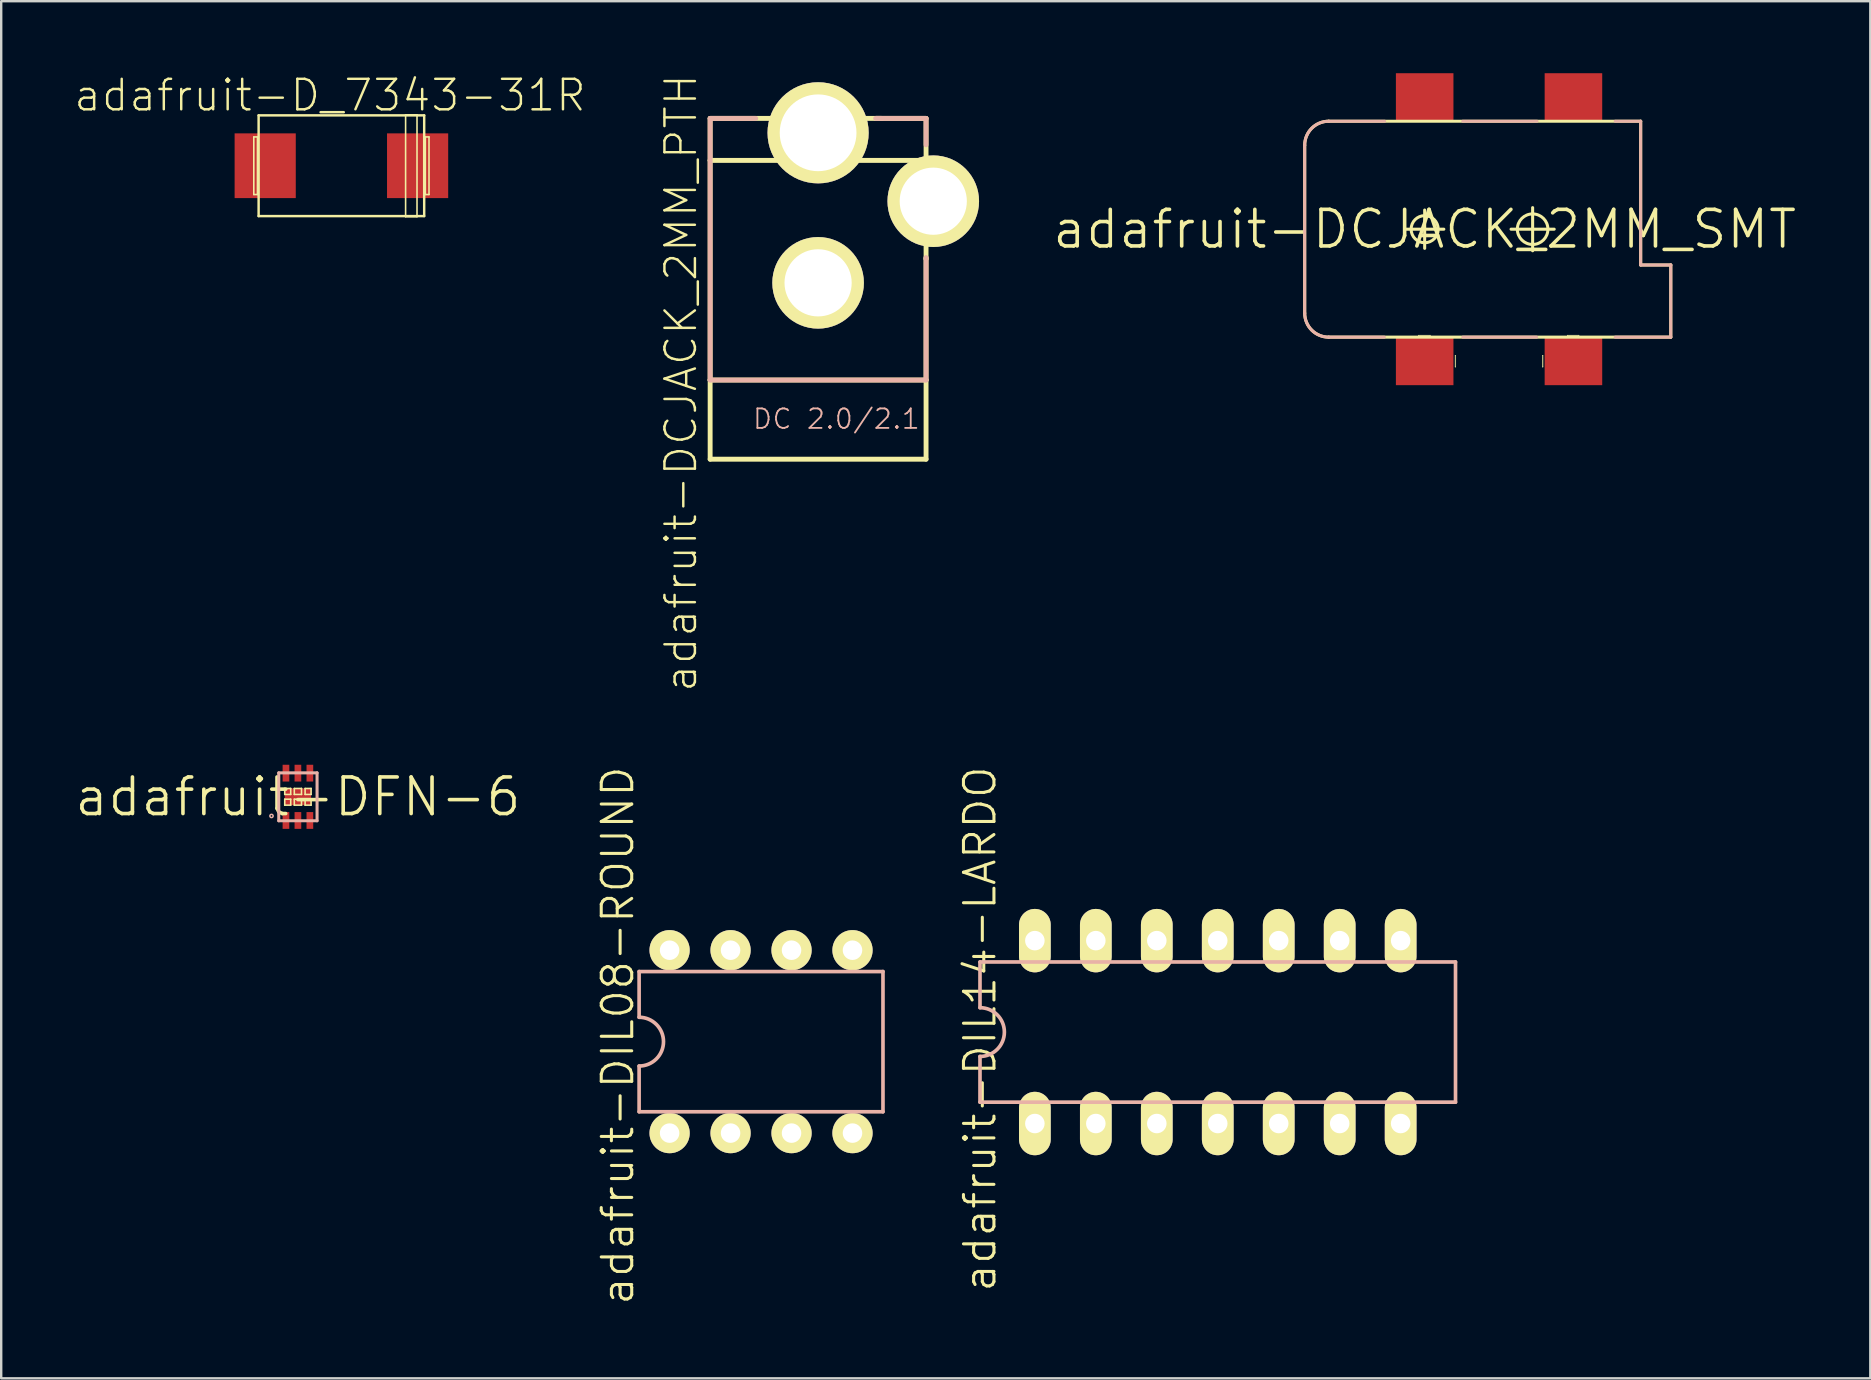
<source format=kicad_pcb>
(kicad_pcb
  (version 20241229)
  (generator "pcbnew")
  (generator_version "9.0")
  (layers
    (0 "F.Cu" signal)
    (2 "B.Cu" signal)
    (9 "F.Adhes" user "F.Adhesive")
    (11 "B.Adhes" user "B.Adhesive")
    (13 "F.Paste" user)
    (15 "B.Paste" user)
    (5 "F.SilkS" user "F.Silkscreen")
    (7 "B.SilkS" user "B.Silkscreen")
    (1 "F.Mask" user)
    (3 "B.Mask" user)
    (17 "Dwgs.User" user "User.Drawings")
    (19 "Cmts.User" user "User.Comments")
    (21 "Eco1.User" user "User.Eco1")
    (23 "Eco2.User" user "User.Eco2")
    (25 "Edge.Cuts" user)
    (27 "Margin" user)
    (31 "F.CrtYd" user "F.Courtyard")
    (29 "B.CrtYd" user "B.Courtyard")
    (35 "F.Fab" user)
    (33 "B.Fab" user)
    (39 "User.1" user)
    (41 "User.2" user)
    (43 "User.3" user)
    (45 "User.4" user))
  (footprint "adafruit-DIL08-ROUND"
    (layer "F.Cu")
    (at 28.658 40.349)
    (property "Reference" "adafruit-DIL08-ROUND" (at -5.969 -0.254 90) (layer "F.SilkS") (effects (font (size 1.27 1.27) (thickness 0.127))))
    (attr exclude_from_pos_files exclude_from_bom)
    (fp_line (start -5.08 -2.921) (end -5.08 -1.016) (stroke (width 0.152) (type solid)) (layer "B.SilkS"))
    (fp_line (start -5.08 2.921) (end -5.08 1.016) (stroke (width 0.152) (type solid)) (layer "B.SilkS"))
    (fp_line (start -5.08 2.921) (end 5.08 2.921) (stroke (width 0.152) (type solid)) (layer "B.SilkS"))
    (fp_line (start 5.08 -2.921) (end -5.08 -2.921) (stroke (width 0.152) (type solid)) (layer "B.SilkS"))
    (fp_line (start 5.08 -2.921) (end 5.08 2.921) (stroke (width 0.152) (type solid)) (layer "B.SilkS"))
    (fp_arc (start -5.08 -1.016) (mid -4.064 0) (end -5.08 1.016) (stroke (width 0.1524) (type solid)) (layer "B.SilkS"))
    (pad "1" thru_hole circle (at -3.81 3.81) (size 1.676 1.676) (drill 0.813) (layers "*.Cu" "F.Mask" "F.SilkS" "F.Paste"))
    (pad "2" thru_hole circle (at -1.27 3.81) (size 1.676 1.676) (drill 0.813) (layers "*.Cu" "F.Mask" "F.SilkS" "F.Paste"))
    (pad "3" thru_hole circle (at 1.27 3.81) (size 1.676 1.676) (drill 0.813) (layers "*.Cu" "F.Mask" "F.SilkS" "F.Paste"))
    (pad "4" thru_hole circle (at 3.81 3.81) (size 1.676 1.676) (drill 0.813) (layers "*.Cu" "F.Mask" "F.SilkS" "F.Paste"))
    (pad "5" thru_hole circle (at 3.81 -3.81) (size 1.676 1.676) (drill 0.813) (layers "*.Cu" "F.Mask" "F.SilkS" "F.Paste"))
    (pad "6" thru_hole circle (at 1.27 -3.81) (size 1.676 1.676) (drill 0.813) (layers "*.Cu" "F.Mask" "F.SilkS" "F.Paste"))
    (pad "7" thru_hole circle (at -1.27 -3.81) (size 1.676 1.676) (drill 0.813) (layers "*.Cu" "F.Mask" "F.SilkS" "F.Paste"))
    (pad "8" thru_hole circle (at -3.81 -3.81) (size 1.676 1.676) (drill 0.813) (layers "*.Cu" "F.Mask" "F.SilkS" "F.Paste")))
  (footprint "adafruit-D_7343-31R"
    (layer "F.Cu")
    (at 11.174 3.855)
    (property "Reference" "adafruit-D_7343-31R" (at -0.475 -2.934 0) (layer "F.SilkS") (effects (font (size 1.27 1.27) (thickness 0.102))))
    (attr smd)
    (fp_line (start -3.65 -1.199) (end -3.498 -1.199) (stroke (width 0.066) (type solid)) (layer "F.SilkS"))
    (fp_line (start -3.65 1.199) (end -3.65 -1.199) (stroke (width 0.066) (type solid)) (layer "F.SilkS"))
    (fp_line (start -3.65 1.199) (end -3.498 1.199) (stroke (width 0.066) (type solid)) (layer "F.SilkS"))
    (fp_line (start -3.498 1.199) (end -3.498 -1.199) (stroke (width 0.066) (type solid)) (layer "F.SilkS"))
    (fp_line (start -3.449 -2.098) (end 3.449 -2.098) (stroke (width 0.102) (type solid)) (layer "F.SilkS"))
    (fp_line (start -3.449 2.098) (end -3.449 -2.098) (stroke (width 0.102) (type solid)) (layer "F.SilkS"))
    (fp_line (start 2.675 -2.123) (end 3.15 -2.123) (stroke (width 0.066) (type solid)) (layer "F.SilkS"))
    (fp_line (start 2.675 2.123) (end 2.675 -2.123) (stroke (width 0.066) (type solid)) (layer "F.SilkS"))
    (fp_line (start 2.675 2.123) (end 3.15 2.123) (stroke (width 0.066) (type solid)) (layer "F.SilkS"))
    (fp_line (start 3.15 2.123) (end 3.15 -2.123) (stroke (width 0.066) (type solid)) (layer "F.SilkS"))
    (fp_line (start 3.449 -2.098) (end 3.449 2.098) (stroke (width 0.102) (type solid)) (layer "F.SilkS"))
    (fp_line (start 3.449 2.098) (end -3.449 2.098) (stroke (width 0.102) (type solid)) (layer "F.SilkS"))
    (fp_line (start 3.498 -1.199) (end 3.65 -1.199) (stroke (width 0.066) (type solid)) (layer "F.SilkS"))
    (fp_line (start 3.498 1.199) (end 3.498 -1.199) (stroke (width 0.066) (type solid)) (layer "F.SilkS"))
    (fp_line (start 3.498 1.199) (end 3.65 1.199) (stroke (width 0.066) (type solid)) (layer "F.SilkS"))
    (fp_line (start 3.65 1.199) (end 3.65 -1.199) (stroke (width 0.066) (type solid)) (layer "F.SilkS"))
    (pad "+" smd rect (at 3.175 0) (size 2.548 2.697) (layers "F.Cu" "F.Mask" "F.Paste"))
    (pad "-" smd rect (at -3.175 0) (size 2.548 2.697) (layers "F.Cu" "F.Mask" "F.Paste")))
  (footprint "adafruit-DCJACK_2MM_PTH"
    (layer "F.Cu")
    (at 31.035 16.082)
    (property "Reference" "adafruit-DCJACK_2MM_PTH" (at -5.715 -3.175 90) (layer "F.SilkS") (effects (font (size 1.27 1.27) (thickness 0.102))))
    (attr exclude_from_pos_files exclude_from_bom)
    (fp_line (start -4.498 -14.199) (end 2.649 -14.199) (stroke (width 0.203) (type solid)) (layer "F.SilkS"))
    (fp_line (start -4.498 -12.449) (end -4.498 -14.199) (stroke (width 0.203) (type solid)) (layer "F.SilkS"))
    (fp_line (start -4.498 -12.449) (end 4.399 -12.449) (stroke (width 0.203) (type solid)) (layer "F.SilkS"))
    (fp_line (start -4.498 -3.299) (end -4.498 -12.449) (stroke (width 0.203) (type solid)) (layer "F.SilkS"))
    (fp_line (start -4.498 -3.299) (end -4.498 0) (stroke (width 0.203) (type solid)) (layer "F.SilkS"))
    (fp_line (start -4.498 -3.299) (end 4.498 -3.299) (stroke (width 0.203) (type solid)) (layer "F.SilkS"))
    (fp_line (start 2.649 -14.199) (end 2.398 -14.199) (stroke (width 0.203) (type solid)) (layer "F.SilkS"))
    (fp_line (start 4.498 -14.199) (end 2.649 -14.199) (stroke (width 0.203) (type solid)) (layer "F.SilkS"))
    (fp_line (start 4.498 -14.199) (end 4.498 -8.349) (stroke (width 0.203) (type solid)) (layer "F.SilkS"))
    (fp_line (start 4.498 -8.349) (end 4.498 -8.4) (stroke (width 0.203) (type solid)) (layer "F.SilkS"))
    (fp_line (start 4.498 -3.299) (end 4.498 -8.349) (stroke (width 0.203) (type solid)) (layer "F.SilkS"))
    (fp_line (start 4.498 0) (end -4.498 0) (stroke (width 0.203) (type solid)) (layer "F.SilkS"))
    (fp_line (start 4.498 0) (end 4.498 -3.299) (stroke (width 0.203) (type solid)) (layer "F.SilkS"))
    (fp_line (start -4.498 -14.199) (end -2.598 -14.199) (stroke (width 0.203) (type solid)) (layer "B.SilkS"))
    (fp_line (start -4.498 -3.299) (end -4.498 -14.199) (stroke (width 0.203) (type solid)) (layer "B.SilkS"))
    (fp_line (start -4.498 -3.299) (end 4.498 -3.299) (stroke (width 0.203) (type solid)) (layer "B.SilkS"))
    (fp_line (start 4.498 -14.199) (end 2.398 -14.199) (stroke (width 0.203) (type solid)) (layer "B.SilkS"))
    (fp_line (start 4.498 -14.199) (end 4.498 -13.099) (stroke (width 0.203) (type solid)) (layer "B.SilkS"))
    (fp_line (start 4.498 -3.299) (end 4.498 -8.4) (stroke (width 0.203) (type solid)) (layer "B.SilkS"))
    (fp_text user "DC 2.0/2.1" (at 0.762 -1.676 0) (layer "B.SilkS") (effects (font (size 0.813 0.813) (thickness 0.076))))
    (pad "GND" thru_hole circle (at 0 -7.348) (size 3.815 3.815) (drill 2.799) (layers "*.Cu" "F.Mask" "F.SilkS" "F.Paste"))
    (pad "GNDB" thru_hole circle (at 4.798 -10.749) (size 3.815 3.815) (drill 2.799) (layers "*.Cu" "F.Mask" "F.SilkS" "F.Paste"))
    (pad "PWR" thru_hole circle (at 0 -13.599) (size 4.214 4.214) (drill 3.198) (layers "*.Cu" "F.Mask" "F.SilkS" "F.Paste")))
  (footprint "adafruit-DCJACK_2MM_SMT"
    (layer "F.Cu")
    (at 56.307 6.499)
    (property "Reference" "adafruit-DCJACK_2MM_SMT" (at 0 0 0) (layer "F.SilkS") (effects (font (size 1.524 1.524) (thickness 0.15))))
    (attr smd)
    (fp_line (start -4.999 -3.498) (end -4.999 3.498) (stroke (width 0.127) (type solid)) (layer "F.SilkS"))
    (fp_line (start -3.998 4.498) (end 10.254 4.498) (stroke (width 0.127) (type solid)) (layer "F.SilkS"))
    (fp_line (start -0.798 0) (end 0.798 0) (stroke (width 0.127) (type solid)) (layer "F.SilkS"))
    (fp_line (start -0.254 4.417) (end 0.229 4.417) (stroke (width 0.025) (type solid)) (layer "F.SilkS"))
    (fp_line (start -0.254 4.445) (end -0.254 4.417) (stroke (width 0.025) (type solid)) (layer "F.SilkS"))
    (fp_line (start 0 0.798) (end 0 -0.798) (stroke (width 0.127) (type solid)) (layer "F.SilkS"))
    (fp_line (start 0.229 4.417) (end 0.229 4.445) (stroke (width 0.025) (type solid)) (layer "F.SilkS"))
    (fp_line (start 0.229 4.445) (end -0.254 4.445) (stroke (width 0.025) (type solid)) (layer "F.SilkS"))
    (fp_line (start 1.27 5.258) (end 1.293 5.258) (stroke (width 0.025) (type solid)) (layer "F.SilkS"))
    (fp_line (start 1.27 5.74) (end 1.27 5.258) (stroke (width 0.025) (type solid)) (layer "F.SilkS"))
    (fp_line (start 1.293 5.258) (end 1.293 5.74) (stroke (width 0.025) (type solid)) (layer "F.SilkS"))
    (fp_line (start 1.293 5.74) (end 1.27 5.74) (stroke (width 0.025) (type solid)) (layer "F.SilkS"))
    (fp_line (start 3.599 0) (end 5.397 0) (stroke (width 0.127) (type solid)) (layer "F.SilkS"))
    (fp_line (start 4.498 0.899) (end 4.498 -0.899) (stroke (width 0.127) (type solid)) (layer "F.SilkS"))
    (fp_line (start 4.902 5.258) (end 4.928 5.258) (stroke (width 0.025) (type solid)) (layer "F.SilkS"))
    (fp_line (start 4.902 5.74) (end 4.902 5.258) (stroke (width 0.025) (type solid)) (layer "F.SilkS"))
    (fp_line (start 4.928 5.258) (end 4.928 5.74) (stroke (width 0.025) (type solid)) (layer "F.SilkS"))
    (fp_line (start 4.928 5.74) (end 4.902 5.74) (stroke (width 0.025) (type solid)) (layer "F.SilkS"))
    (fp_line (start 5.944 4.417) (end 6.426 4.417) (stroke (width 0.025) (type solid)) (layer "F.SilkS"))
    (fp_line (start 5.944 4.445) (end 5.944 4.417) (stroke (width 0.025) (type solid)) (layer "F.SilkS"))
    (fp_line (start 6.426 4.417) (end 6.426 4.445) (stroke (width 0.025) (type solid)) (layer "F.SilkS"))
    (fp_line (start 6.426 4.445) (end 5.944 4.445) (stroke (width 0.025) (type solid)) (layer "F.SilkS"))
    (fp_line (start 8.999 -4.498) (end -3.998 -4.498) (stroke (width 0.127) (type solid)) (layer "F.SilkS"))
    (fp_line (start 8.999 1.491) (end 8.999 -4.498) (stroke (width 0.127) (type solid)) (layer "F.SilkS"))
    (fp_line (start 10.254 1.491) (end 8.999 1.491) (stroke (width 0.127) (type solid)) (layer "F.SilkS"))
    (fp_line (start 10.254 4.498) (end 10.254 1.491) (stroke (width 0.127) (type solid)) (layer "F.SilkS"))
    (fp_arc (start -4.99872 -3.49758) (mid -4.705604 -4.205224) (end -3.99796 -4.49834) (stroke (width 0.127) (type solid)) (layer "F.SilkS"))
    (fp_arc (start -3.99796 4.49834) (mid -4.705604 4.205224) (end -4.99872 3.49758) (stroke (width 0.127) (type solid)) (layer "F.SilkS"))
    (fp_circle (center 0 0) (end -0.399 0.399) (stroke (width 0.127) (type solid)) (fill no) (layer "F.SilkS"))
    (fp_circle (center 4.498 0) (end 4.948 0.45) (stroke (width 0.127) (type solid)) (fill no) (layer "F.SilkS"))
    (fp_line (start -4.999 -3.498) (end -4.999 3.498) (stroke (width 0.127) (type solid)) (layer "B.SilkS"))
    (fp_line (start -3.998 4.498) (end -1.681 4.498) (stroke (width 0.127) (type solid)) (layer "B.SilkS"))
    (fp_line (start -1.666 -4.498) (end -3.998 -4.498) (stroke (width 0.127) (type solid)) (layer "B.SilkS"))
    (fp_line (start 1.587 4.498) (end 4.666 4.498) (stroke (width 0.127) (type solid)) (layer "B.SilkS"))
    (fp_line (start 4.681 -4.498) (end 1.587 -4.498) (stroke (width 0.127) (type solid)) (layer "B.SilkS"))
    (fp_line (start 7.938 4.498) (end 10.254 4.498) (stroke (width 0.127) (type solid)) (layer "B.SilkS"))
    (fp_line (start 8.999 -4.498) (end 7.938 -4.498) (stroke (width 0.127) (type solid)) (layer "B.SilkS"))
    (fp_line (start 8.999 1.491) (end 8.999 -4.498) (stroke (width 0.127) (type solid)) (layer "B.SilkS"))
    (fp_line (start 10.254 1.491) (end 8.999 1.491) (stroke (width 0.127) (type solid)) (layer "B.SilkS"))
    (fp_line (start 10.254 4.498) (end 10.254 1.491) (stroke (width 0.127) (type solid)) (layer "B.SilkS"))
    (fp_arc (start -4.99872 -3.49758) (mid -4.705604 -4.205224) (end -3.99796 -4.49834) (stroke (width 0.127) (type solid)) (layer "B.SilkS"))
    (fp_arc (start -3.99796 4.49834) (mid -4.705604 4.205224) (end -4.99872 3.49758) (stroke (width 0.127) (type solid)) (layer "B.SilkS"))
    (pad "GND" smd rect (at 0 5.499) (size 2.398 1.999) (layers "F.Cu" "F.Mask" "F.Paste"))
    (pad "GNDB" smd rect (at 6.198 5.499) (size 2.398 1.999) (layers "F.Cu" "F.Mask" "F.Paste"))
    (pad "PWR1" smd rect (at 0 -5.499) (size 2.398 1.999) (layers "F.Cu" "F.Mask" "F.Paste"))
    (pad "PWR2" smd rect (at 6.198 -5.499) (size 2.398 1.999) (layers "F.Cu" "F.Mask" "F.Paste")))
  (footprint "adafruit-DFN-6"
    (layer "F.Cu")
    (at 9.362 30.148)
    (property "Reference" "adafruit-DFN-6" (at 0 0 0) (layer "F.SilkS") (effects (font (size 1.524 1.524) (thickness 0.15))))
    (attr smd)
    (fp_line (start -0.549 -0.348) (end -0.3 -0.348) (stroke (width 0.066) (type solid)) (layer "F.SilkS"))
    (fp_line (start -0.549 -0.099) (end -0.549 -0.348) (stroke (width 0.066) (type solid)) (layer "F.SilkS"))
    (fp_line (start -0.549 -0.099) (end -0.3 -0.099) (stroke (width 0.066) (type solid)) (layer "F.SilkS"))
    (fp_line (start -0.549 0.099) (end -0.3 0.099) (stroke (width 0.066) (type solid)) (layer "F.SilkS"))
    (fp_line (start -0.549 0.348) (end -0.549 0.099) (stroke (width 0.066) (type solid)) (layer "F.SilkS"))
    (fp_line (start -0.549 0.348) (end -0.3 0.348) (stroke (width 0.066) (type solid)) (layer "F.SilkS"))
    (fp_line (start -0.3 -0.099) (end -0.3 -0.348) (stroke (width 0.066) (type solid)) (layer "F.SilkS"))
    (fp_line (start -0.3 0.348) (end -0.3 0.099) (stroke (width 0.066) (type solid)) (layer "F.SilkS"))
    (fp_line (start -0.15 -0.348) (end 0.15 -0.348) (stroke (width 0.066) (type solid)) (layer "F.SilkS"))
    (fp_line (start -0.15 -0.099) (end -0.15 -0.348) (stroke (width 0.066) (type solid)) (layer "F.SilkS"))
    (fp_line (start -0.15 -0.099) (end 0.15 -0.099) (stroke (width 0.066) (type solid)) (layer "F.SilkS"))
    (fp_line (start -0.15 0.099) (end 0.15 0.099) (stroke (width 0.066) (type solid)) (layer "F.SilkS"))
    (fp_line (start -0.15 0.348) (end -0.15 0.099) (stroke (width 0.066) (type solid)) (layer "F.SilkS"))
    (fp_line (start -0.15 0.348) (end 0.15 0.348) (stroke (width 0.066) (type solid)) (layer "F.SilkS"))
    (fp_line (start 0.15 -0.099) (end 0.15 -0.348) (stroke (width 0.066) (type solid)) (layer "F.SilkS"))
    (fp_line (start 0.15 0.348) (end 0.15 0.099) (stroke (width 0.066) (type solid)) (layer "F.SilkS"))
    (fp_line (start 0.3 -0.348) (end 0.549 -0.348) (stroke (width 0.066) (type solid)) (layer "F.SilkS"))
    (fp_line (start 0.3 -0.099) (end 0.3 -0.348) (stroke (width 0.066) (type solid)) (layer "F.SilkS"))
    (fp_line (start 0.3 -0.099) (end 0.549 -0.099) (stroke (width 0.066) (type solid)) (layer "F.SilkS"))
    (fp_line (start 0.3 0.099) (end 0.549 0.099) (stroke (width 0.066) (type solid)) (layer "F.SilkS"))
    (fp_line (start 0.3 0.348) (end 0.3 0.099) (stroke (width 0.066) (type solid)) (layer "F.SilkS"))
    (fp_line (start 0.3 0.348) (end 0.549 0.348) (stroke (width 0.066) (type solid)) (layer "F.SilkS"))
    (fp_line (start 0.549 -0.099) (end 0.549 -0.348) (stroke (width 0.066) (type solid)) (layer "F.SilkS"))
    (fp_line (start 0.549 0.348) (end 0.549 0.099) (stroke (width 0.066) (type solid)) (layer "F.SilkS"))
    (fp_line (start -0.798 -0.998) (end 0.798 -0.998) (stroke (width 0.127) (type solid)) (layer "B.SilkS"))
    (fp_line (start -0.798 0.998) (end -0.798 -0.998) (stroke (width 0.127) (type solid)) (layer "B.SilkS"))
    (fp_line (start 0.798 -0.998) (end 0.798 0.998) (stroke (width 0.127) (type solid)) (layer "B.SilkS"))
    (fp_line (start 0.798 0.998) (end -0.798 0.998) (stroke (width 0.127) (type solid)) (layer "B.SilkS"))
    (fp_circle (center -1.1 0.798) (end -1.148 0.846) (stroke (width 0.064) (type solid)) (fill no) (layer "B.SilkS"))
    (pad "1" smd rect (at -0.498 0.986) (size 0.279 0.699) (layers "F.Cu" "F.Mask" "F.Paste"))
    (pad "2" smd rect (at 0 0.986) (size 0.279 0.699) (layers "F.Cu" "F.Mask" "F.Paste"))
    (pad "3" smd rect (at 0.498 0.986) (size 0.279 0.699) (layers "F.Cu" "F.Mask" "F.Paste"))
    (pad "4" smd rect (at 0.498 -0.986) (size 0.279 0.699) (layers "F.Cu" "F.Mask" "F.Paste"))
    (pad "5" smd rect (at 0 -0.986) (size 0.279 0.699) (layers "F.Cu" "F.Mask" "F.Paste"))
    (pad "6" smd rect (at -0.498 -0.986) (size 0.279 0.699) (layers "F.Cu" "F.Mask" "F.Paste"))
    (pad "P$1" smd rect (at 0 0) (size 1.1 0.699) (layers "F.Cu" "F.Mask" "F.Paste")))
  (footprint "adafruit-DIL14-LARDO"
    (layer "F.Cu")
    (at 47.686 39.95)
    (property "Reference" "adafruit-DIL14-LARDO" (at -9.906 -0.127 90) (layer "F.SilkS") (effects (font (size 1.27 1.27) (thickness 0.127))))
    (attr exclude_from_pos_files exclude_from_bom)
    (fp_line (start -9.906 -2.921) (end -9.906 -1.016) (stroke (width 0.152) (type solid)) (layer "B.SilkS"))
    (fp_line (start -9.906 2.921) (end -9.906 1.016) (stroke (width 0.152) (type solid)) (layer "B.SilkS"))
    (fp_line (start -9.906 2.921) (end 9.906 2.921) (stroke (width 0.152) (type solid)) (layer "B.SilkS"))
    (fp_line (start 9.906 -2.921) (end -9.906 -2.921) (stroke (width 0.152) (type solid)) (layer "B.SilkS"))
    (fp_line (start 9.906 -2.921) (end 9.906 2.921) (stroke (width 0.152) (type solid)) (layer "B.SilkS"))
    (fp_arc (start -9.906 -1.016) (mid -8.89 0) (end -9.906 1.016) (stroke (width 0.1524) (type solid)) (layer "B.SilkS"))
    (pad "1" thru_hole oval (at -7.62 3.81 180) (size 1.321 2.642) (drill 0.813) (layers "*.Cu" "F.Mask" "F.SilkS" "F.Paste"))
    (pad "2" thru_hole oval (at -5.08 3.81 180) (size 1.321 2.642) (drill 0.813) (layers "*.Cu" "F.Mask" "F.SilkS" "F.Paste"))
    (pad "3" thru_hole oval (at -2.54 3.81 180) (size 1.321 2.642) (drill 0.813) (layers "*.Cu" "F.Mask" "F.SilkS" "F.Paste"))
    (pad "4" thru_hole oval (at 0 3.81 180) (size 1.321 2.642) (drill 0.813) (layers "*.Cu" "F.Mask" "F.SilkS" "F.Paste"))
    (pad "5" thru_hole oval (at 2.54 3.81 180) (size 1.321 2.642) (drill 0.813) (layers "*.Cu" "F.Mask" "F.SilkS" "F.Paste"))
    (pad "6" thru_hole oval (at 5.08 3.81 180) (size 1.321 2.642) (drill 0.813) (layers "*.Cu" "F.Mask" "F.SilkS" "F.Paste"))
    (pad "7" thru_hole oval (at 7.62 3.81 180) (size 1.321 2.642) (drill 0.813) (layers "*.Cu" "F.Mask" "F.SilkS" "F.Paste"))
    (pad "8" thru_hole oval (at 7.62 -3.81 180) (size 1.321 2.642) (drill 0.813) (layers "*.Cu" "F.Mask" "F.SilkS" "F.Paste"))
    (pad "9" thru_hole oval (at 5.08 -3.81 180) (size 1.321 2.642) (drill 0.813) (layers "*.Cu" "F.Mask" "F.SilkS" "F.Paste"))
    (pad "10" thru_hole oval (at 2.54 -3.81 180) (size 1.321 2.642) (drill 0.813) (layers "*.Cu" "F.Mask" "F.SilkS" "F.Paste"))
    (pad "11" thru_hole oval (at 0 -3.81 180) (size 1.321 2.642) (drill 0.813) (layers "*.Cu" "F.Mask" "F.SilkS" "F.Paste"))
    (pad "12" thru_hole oval (at -2.54 -3.81 180) (size 1.321 2.642) (drill 0.813) (layers "*.Cu" "F.Mask" "F.SilkS" "F.Paste"))
    (pad "13" thru_hole oval (at -5.08 -3.81 180) (size 1.321 2.642) (drill 0.813) (layers "*.Cu" "F.Mask" "F.SilkS" "F.Paste"))
    (pad "14" thru_hole oval (at -7.62 -3.81 180) (size 1.321 2.642) (drill 0.813) (layers "*.Cu" "F.Mask" "F.SilkS" "F.Paste")))
  (gr_rect
    (start -3 -3)
    (end 74.874 54.377)
    (stroke (width 0.1) (type default))
    (fill no)
    (layer "Edge.Cuts")))
</source>
